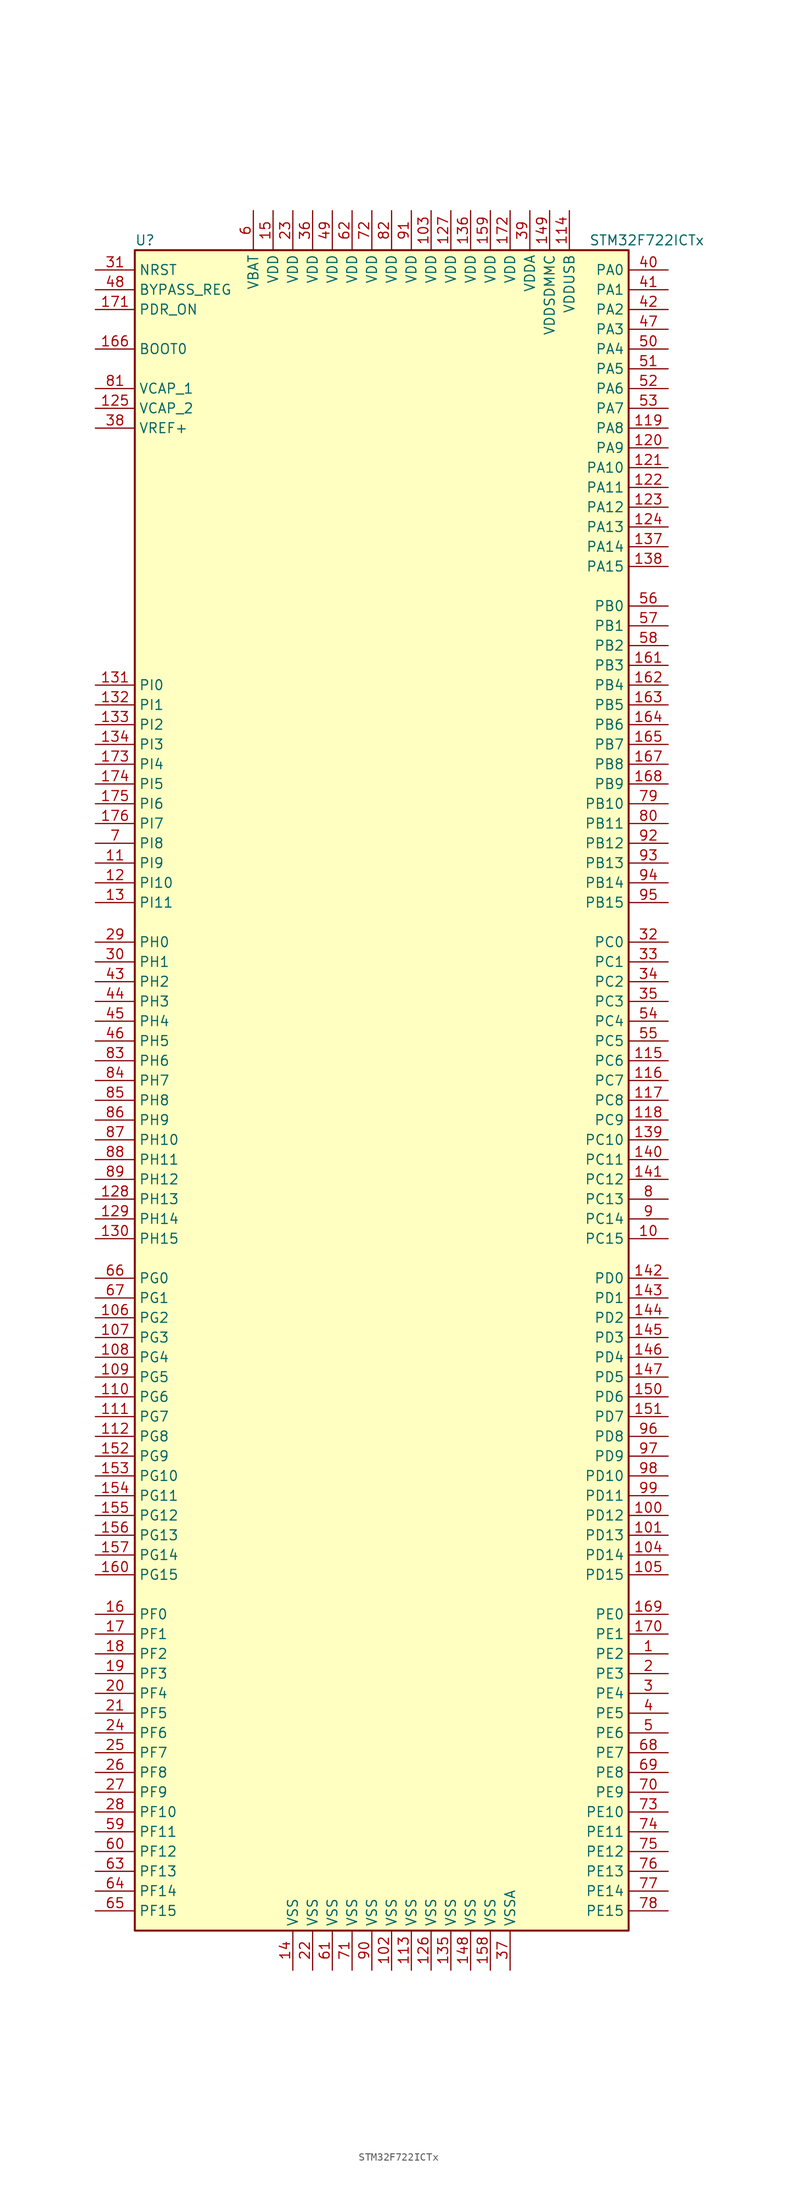
<source format=kicad_sym>
(kicad_symbol_lib
  (version 20201005)
  (generator kicad_symbol_editor)
  (symbol "MCU_ST_STM32F7:STM32F722ICTx"
    (property "Reference" "U"
      (at -33.02 107.95 0)
      (effects (font (size 1.27 1.27)) (justify left)))
    (property "Value" "STM32F722ICTx"
      (at 25.4 107.95 0)
      (effects (font (size 1.27 1.27)) (justify left)))
    (symbol "STM32F722ICTx_0_1"
      (rectangle (start -33.02 -109.22) (end 30.48 106.68) (stroke (width 0.254)) (fill (type background))))
    (symbol "STM32F722ICTx_1_1"
      (pin input line (at -38.1 93.98 0) (length 5.08) (name "BOOT0" (effects (font (size 1.27 1.27)))) (number "166" (effects (font (size 1.27 1.27)))))
      (pin input line (at -38.1 101.6 0) (length 5.08) (name "BYPASS_REG" (effects (font (size 1.27 1.27)))) (number "48" (effects (font (size 1.27 1.27)))))
      (pin input line (at -38.1 104.14 0) (length 5.08) (name "NRST" (effects (font (size 1.27 1.27)))) (number "31" (effects (font (size 1.27 1.27)))))
      (pin bidirectional line (at 35.56 104.14 180) (length 5.08) (name "PA0" (effects (font (size 1.27 1.27)))) (number "40" (effects (font (size 1.27 1.27)))))
      (pin bidirectional line (at 35.56 101.6 180) (length 5.08) (name "PA1" (effects (font (size 1.27 1.27)))) (number "41" (effects (font (size 1.27 1.27)))))
      (pin bidirectional line (at 35.56 78.74 180) (length 5.08) (name "PA10" (effects (font (size 1.27 1.27)))) (number "121" (effects (font (size 1.27 1.27)))))
      (pin bidirectional line (at 35.56 76.2 180) (length 5.08) (name "PA11" (effects (font (size 1.27 1.27)))) (number "122" (effects (font (size 1.27 1.27)))))
      (pin bidirectional line (at 35.56 73.66 180) (length 5.08) (name "PA12" (effects (font (size 1.27 1.27)))) (number "123" (effects (font (size 1.27 1.27)))))
      (pin bidirectional line (at 35.56 71.12 180) (length 5.08) (name "PA13" (effects (font (size 1.27 1.27)))) (number "124" (effects (font (size 1.27 1.27)))))
      (pin bidirectional line (at 35.56 68.58 180) (length 5.08) (name "PA14" (effects (font (size 1.27 1.27)))) (number "137" (effects (font (size 1.27 1.27)))))
      (pin bidirectional line (at 35.56 66.04 180) (length 5.08) (name "PA15" (effects (font (size 1.27 1.27)))) (number "138" (effects (font (size 1.27 1.27)))))
      (pin bidirectional line (at 35.56 99.06 180) (length 5.08) (name "PA2" (effects (font (size 1.27 1.27)))) (number "42" (effects (font (size 1.27 1.27)))))
      (pin bidirectional line (at 35.56 96.52 180) (length 5.08) (name "PA3" (effects (font (size 1.27 1.27)))) (number "47" (effects (font (size 1.27 1.27)))))
      (pin bidirectional line (at 35.56 93.98 180) (length 5.08) (name "PA4" (effects (font (size 1.27 1.27)))) (number "50" (effects (font (size 1.27 1.27)))))
      (pin bidirectional line (at 35.56 91.44 180) (length 5.08) (name "PA5" (effects (font (size 1.27 1.27)))) (number "51" (effects (font (size 1.27 1.27)))))
      (pin bidirectional line (at 35.56 88.9 180) (length 5.08) (name "PA6" (effects (font (size 1.27 1.27)))) (number "52" (effects (font (size 1.27 1.27)))))
      (pin bidirectional line (at 35.56 86.36 180) (length 5.08) (name "PA7" (effects (font (size 1.27 1.27)))) (number "53" (effects (font (size 1.27 1.27)))))
      (pin bidirectional line (at 35.56 83.82 180) (length 5.08) (name "PA8" (effects (font (size 1.27 1.27)))) (number "119" (effects (font (size 1.27 1.27)))))
      (pin bidirectional line (at 35.56 81.28 180) (length 5.08) (name "PA9" (effects (font (size 1.27 1.27)))) (number "120" (effects (font (size 1.27 1.27)))))
      (pin bidirectional line (at 35.56 60.96 180) (length 5.08) (name "PB0" (effects (font (size 1.27 1.27)))) (number "56" (effects (font (size 1.27 1.27)))))
      (pin bidirectional line (at 35.56 58.42 180) (length 5.08) (name "PB1" (effects (font (size 1.27 1.27)))) (number "57" (effects (font (size 1.27 1.27)))))
      (pin bidirectional line (at 35.56 35.56 180) (length 5.08) (name "PB10" (effects (font (size 1.27 1.27)))) (number "79" (effects (font (size 1.27 1.27)))))
      (pin bidirectional line (at 35.56 33.02 180) (length 5.08) (name "PB11" (effects (font (size 1.27 1.27)))) (number "80" (effects (font (size 1.27 1.27)))))
      (pin bidirectional line (at 35.56 30.48 180) (length 5.08) (name "PB12" (effects (font (size 1.27 1.27)))) (number "92" (effects (font (size 1.27 1.27)))))
      (pin bidirectional line (at 35.56 27.94 180) (length 5.08) (name "PB13" (effects (font (size 1.27 1.27)))) (number "93" (effects (font (size 1.27 1.27)))))
      (pin bidirectional line (at 35.56 25.4 180) (length 5.08) (name "PB14" (effects (font (size 1.27 1.27)))) (number "94" (effects (font (size 1.27 1.27)))))
      (pin bidirectional line (at 35.56 22.86 180) (length 5.08) (name "PB15" (effects (font (size 1.27 1.27)))) (number "95" (effects (font (size 1.27 1.27)))))
      (pin bidirectional line (at 35.56 55.88 180) (length 5.08) (name "PB2" (effects (font (size 1.27 1.27)))) (number "58" (effects (font (size 1.27 1.27)))))
      (pin bidirectional line (at 35.56 53.34 180) (length 5.08) (name "PB3" (effects (font (size 1.27 1.27)))) (number "161" (effects (font (size 1.27 1.27)))))
      (pin bidirectional line (at 35.56 50.8 180) (length 5.08) (name "PB4" (effects (font (size 1.27 1.27)))) (number "162" (effects (font (size 1.27 1.27)))))
      (pin bidirectional line (at 35.56 48.26 180) (length 5.08) (name "PB5" (effects (font (size 1.27 1.27)))) (number "163" (effects (font (size 1.27 1.27)))))
      (pin bidirectional line (at 35.56 45.72 180) (length 5.08) (name "PB6" (effects (font (size 1.27 1.27)))) (number "164" (effects (font (size 1.27 1.27)))))
      (pin bidirectional line (at 35.56 43.18 180) (length 5.08) (name "PB7" (effects (font (size 1.27 1.27)))) (number "165" (effects (font (size 1.27 1.27)))))
      (pin bidirectional line (at 35.56 40.64 180) (length 5.08) (name "PB8" (effects (font (size 1.27 1.27)))) (number "167" (effects (font (size 1.27 1.27)))))
      (pin bidirectional line (at 35.56 38.1 180) (length 5.08) (name "PB9" (effects (font (size 1.27 1.27)))) (number "168" (effects (font (size 1.27 1.27)))))
      (pin bidirectional line (at 35.56 17.78 180) (length 5.08) (name "PC0" (effects (font (size 1.27 1.27)))) (number "32" (effects (font (size 1.27 1.27)))))
      (pin bidirectional line (at 35.56 15.24 180) (length 5.08) (name "PC1" (effects (font (size 1.27 1.27)))) (number "33" (effects (font (size 1.27 1.27)))))
      (pin bidirectional line (at 35.56 -7.62 180) (length 5.08) (name "PC10" (effects (font (size 1.27 1.27)))) (number "139" (effects (font (size 1.27 1.27)))))
      (pin bidirectional line (at 35.56 -10.16 180) (length 5.08) (name "PC11" (effects (font (size 1.27 1.27)))) (number "140" (effects (font (size 1.27 1.27)))))
      (pin bidirectional line (at 35.56 -12.7 180) (length 5.08) (name "PC12" (effects (font (size 1.27 1.27)))) (number "141" (effects (font (size 1.27 1.27)))))
      (pin bidirectional line (at 35.56 -15.24 180) (length 5.08) (name "PC13" (effects (font (size 1.27 1.27)))) (number "8" (effects (font (size 1.27 1.27)))))
      (pin bidirectional line (at 35.56 -17.78 180) (length 5.08) (name "PC14" (effects (font (size 1.27 1.27)))) (number "9" (effects (font (size 1.27 1.27)))))
      (pin bidirectional line (at 35.56 -20.32 180) (length 5.08) (name "PC15" (effects (font (size 1.27 1.27)))) (number "10" (effects (font (size 1.27 1.27)))))
      (pin bidirectional line (at 35.56 12.7 180) (length 5.08) (name "PC2" (effects (font (size 1.27 1.27)))) (number "34" (effects (font (size 1.27 1.27)))))
      (pin bidirectional line (at 35.56 10.16 180) (length 5.08) (name "PC3" (effects (font (size 1.27 1.27)))) (number "35" (effects (font (size 1.27 1.27)))))
      (pin bidirectional line (at 35.56 7.62 180) (length 5.08) (name "PC4" (effects (font (size 1.27 1.27)))) (number "54" (effects (font (size 1.27 1.27)))))
      (pin bidirectional line (at 35.56 5.08 180) (length 5.08) (name "PC5" (effects (font (size 1.27 1.27)))) (number "55" (effects (font (size 1.27 1.27)))))
      (pin bidirectional line (at 35.56 2.54 180) (length 5.08) (name "PC6" (effects (font (size 1.27 1.27)))) (number "115" (effects (font (size 1.27 1.27)))))
      (pin bidirectional line (at 35.56 0 180) (length 5.08) (name "PC7" (effects (font (size 1.27 1.27)))) (number "116" (effects (font (size 1.27 1.27)))))
      (pin bidirectional line (at 35.56 -2.54 180) (length 5.08) (name "PC8" (effects (font (size 1.27 1.27)))) (number "117" (effects (font (size 1.27 1.27)))))
      (pin bidirectional line (at 35.56 -5.08 180) (length 5.08) (name "PC9" (effects (font (size 1.27 1.27)))) (number "118" (effects (font (size 1.27 1.27)))))
      (pin bidirectional line (at 35.56 -25.4 180) (length 5.08) (name "PD0" (effects (font (size 1.27 1.27)))) (number "142" (effects (font (size 1.27 1.27)))))
      (pin bidirectional line (at 35.56 -27.94 180) (length 5.08) (name "PD1" (effects (font (size 1.27 1.27)))) (number "143" (effects (font (size 1.27 1.27)))))
      (pin bidirectional line (at 35.56 -50.8 180) (length 5.08) (name "PD10" (effects (font (size 1.27 1.27)))) (number "98" (effects (font (size 1.27 1.27)))))
      (pin bidirectional line (at 35.56 -53.34 180) (length 5.08) (name "PD11" (effects (font (size 1.27 1.27)))) (number "99" (effects (font (size 1.27 1.27)))))
      (pin bidirectional line (at 35.56 -55.88 180) (length 5.08) (name "PD12" (effects (font (size 1.27 1.27)))) (number "100" (effects (font (size 1.27 1.27)))))
      (pin bidirectional line (at 35.56 -58.42 180) (length 5.08) (name "PD13" (effects (font (size 1.27 1.27)))) (number "101" (effects (font (size 1.27 1.27)))))
      (pin bidirectional line (at 35.56 -60.96 180) (length 5.08) (name "PD14" (effects (font (size 1.27 1.27)))) (number "104" (effects (font (size 1.27 1.27)))))
      (pin bidirectional line (at 35.56 -63.5 180) (length 5.08) (name "PD15" (effects (font (size 1.27 1.27)))) (number "105" (effects (font (size 1.27 1.27)))))
      (pin bidirectional line (at 35.56 -30.48 180) (length 5.08) (name "PD2" (effects (font (size 1.27 1.27)))) (number "144" (effects (font (size 1.27 1.27)))))
      (pin bidirectional line (at 35.56 -33.02 180) (length 5.08) (name "PD3" (effects (font (size 1.27 1.27)))) (number "145" (effects (font (size 1.27 1.27)))))
      (pin bidirectional line (at 35.56 -35.56 180) (length 5.08) (name "PD4" (effects (font (size 1.27 1.27)))) (number "146" (effects (font (size 1.27 1.27)))))
      (pin bidirectional line (at 35.56 -38.1 180) (length 5.08) (name "PD5" (effects (font (size 1.27 1.27)))) (number "147" (effects (font (size 1.27 1.27)))))
      (pin bidirectional line (at 35.56 -40.64 180) (length 5.08) (name "PD6" (effects (font (size 1.27 1.27)))) (number "150" (effects (font (size 1.27 1.27)))))
      (pin bidirectional line (at 35.56 -43.18 180) (length 5.08) (name "PD7" (effects (font (size 1.27 1.27)))) (number "151" (effects (font (size 1.27 1.27)))))
      (pin bidirectional line (at 35.56 -45.72 180) (length 5.08) (name "PD8" (effects (font (size 1.27 1.27)))) (number "96" (effects (font (size 1.27 1.27)))))
      (pin bidirectional line (at 35.56 -48.26 180) (length 5.08) (name "PD9" (effects (font (size 1.27 1.27)))) (number "97" (effects (font (size 1.27 1.27)))))
      (pin input line (at -38.1 99.06 0) (length 5.08) (name "PDR_ON" (effects (font (size 1.27 1.27)))) (number "171" (effects (font (size 1.27 1.27)))))
      (pin bidirectional line (at 35.56 -68.58 180) (length 5.08) (name "PE0" (effects (font (size 1.27 1.27)))) (number "169" (effects (font (size 1.27 1.27)))))
      (pin bidirectional line (at 35.56 -71.12 180) (length 5.08) (name "PE1" (effects (font (size 1.27 1.27)))) (number "170" (effects (font (size 1.27 1.27)))))
      (pin bidirectional line (at 35.56 -93.98 180) (length 5.08) (name "PE10" (effects (font (size 1.27 1.27)))) (number "73" (effects (font (size 1.27 1.27)))))
      (pin bidirectional line (at 35.56 -96.52 180) (length 5.08) (name "PE11" (effects (font (size 1.27 1.27)))) (number "74" (effects (font (size 1.27 1.27)))))
      (pin bidirectional line (at 35.56 -99.06 180) (length 5.08) (name "PE12" (effects (font (size 1.27 1.27)))) (number "75" (effects (font (size 1.27 1.27)))))
      (pin bidirectional line (at 35.56 -101.6 180) (length 5.08) (name "PE13" (effects (font (size 1.27 1.27)))) (number "76" (effects (font (size 1.27 1.27)))))
      (pin bidirectional line (at 35.56 -104.14 180) (length 5.08) (name "PE14" (effects (font (size 1.27 1.27)))) (number "77" (effects (font (size 1.27 1.27)))))
      (pin bidirectional line (at 35.56 -106.68 180) (length 5.08) (name "PE15" (effects (font (size 1.27 1.27)))) (number "78" (effects (font (size 1.27 1.27)))))
      (pin bidirectional line (at 35.56 -73.66 180) (length 5.08) (name "PE2" (effects (font (size 1.27 1.27)))) (number "1" (effects (font (size 1.27 1.27)))))
      (pin bidirectional line (at 35.56 -76.2 180) (length 5.08) (name "PE3" (effects (font (size 1.27 1.27)))) (number "2" (effects (font (size 1.27 1.27)))))
      (pin bidirectional line (at 35.56 -78.74 180) (length 5.08) (name "PE4" (effects (font (size 1.27 1.27)))) (number "3" (effects (font (size 1.27 1.27)))))
      (pin bidirectional line (at 35.56 -81.28 180) (length 5.08) (name "PE5" (effects (font (size 1.27 1.27)))) (number "4" (effects (font (size 1.27 1.27)))))
      (pin bidirectional line (at 35.56 -83.82 180) (length 5.08) (name "PE6" (effects (font (size 1.27 1.27)))) (number "5" (effects (font (size 1.27 1.27)))))
      (pin bidirectional line (at 35.56 -86.36 180) (length 5.08) (name "PE7" (effects (font (size 1.27 1.27)))) (number "68" (effects (font (size 1.27 1.27)))))
      (pin bidirectional line (at 35.56 -88.9 180) (length 5.08) (name "PE8" (effects (font (size 1.27 1.27)))) (number "69" (effects (font (size 1.27 1.27)))))
      (pin bidirectional line (at 35.56 -91.44 180) (length 5.08) (name "PE9" (effects (font (size 1.27 1.27)))) (number "70" (effects (font (size 1.27 1.27)))))
      (pin bidirectional line (at -38.1 -68.58 0) (length 5.08) (name "PF0" (effects (font (size 1.27 1.27)))) (number "16" (effects (font (size 1.27 1.27)))))
      (pin bidirectional line (at -38.1 -71.12 0) (length 5.08) (name "PF1" (effects (font (size 1.27 1.27)))) (number "17" (effects (font (size 1.27 1.27)))))
      (pin bidirectional line (at -38.1 -93.98 0) (length 5.08) (name "PF10" (effects (font (size 1.27 1.27)))) (number "28" (effects (font (size 1.27 1.27)))))
      (pin bidirectional line (at -38.1 -96.52 0) (length 5.08) (name "PF11" (effects (font (size 1.27 1.27)))) (number "59" (effects (font (size 1.27 1.27)))))
      (pin bidirectional line (at -38.1 -99.06 0) (length 5.08) (name "PF12" (effects (font (size 1.27 1.27)))) (number "60" (effects (font (size 1.27 1.27)))))
      (pin bidirectional line (at -38.1 -101.6 0) (length 5.08) (name "PF13" (effects (font (size 1.27 1.27)))) (number "63" (effects (font (size 1.27 1.27)))))
      (pin bidirectional line (at -38.1 -104.14 0) (length 5.08) (name "PF14" (effects (font (size 1.27 1.27)))) (number "64" (effects (font (size 1.27 1.27)))))
      (pin bidirectional line (at -38.1 -106.68 0) (length 5.08) (name "PF15" (effects (font (size 1.27 1.27)))) (number "65" (effects (font (size 1.27 1.27)))))
      (pin bidirectional line (at -38.1 -73.66 0) (length 5.08) (name "PF2" (effects (font (size 1.27 1.27)))) (number "18" (effects (font (size 1.27 1.27)))))
      (pin bidirectional line (at -38.1 -76.2 0) (length 5.08) (name "PF3" (effects (font (size 1.27 1.27)))) (number "19" (effects (font (size 1.27 1.27)))))
      (pin bidirectional line (at -38.1 -78.74 0) (length 5.08) (name "PF4" (effects (font (size 1.27 1.27)))) (number "20" (effects (font (size 1.27 1.27)))))
      (pin bidirectional line (at -38.1 -81.28 0) (length 5.08) (name "PF5" (effects (font (size 1.27 1.27)))) (number "21" (effects (font (size 1.27 1.27)))))
      (pin bidirectional line (at -38.1 -83.82 0) (length 5.08) (name "PF6" (effects (font (size 1.27 1.27)))) (number "24" (effects (font (size 1.27 1.27)))))
      (pin bidirectional line (at -38.1 -86.36 0) (length 5.08) (name "PF7" (effects (font (size 1.27 1.27)))) (number "25" (effects (font (size 1.27 1.27)))))
      (pin bidirectional line (at -38.1 -88.9 0) (length 5.08) (name "PF8" (effects (font (size 1.27 1.27)))) (number "26" (effects (font (size 1.27 1.27)))))
      (pin bidirectional line (at -38.1 -91.44 0) (length 5.08) (name "PF9" (effects (font (size 1.27 1.27)))) (number "27" (effects (font (size 1.27 1.27)))))
      (pin bidirectional line (at -38.1 -25.4 0) (length 5.08) (name "PG0" (effects (font (size 1.27 1.27)))) (number "66" (effects (font (size 1.27 1.27)))))
      (pin bidirectional line (at -38.1 -27.94 0) (length 5.08) (name "PG1" (effects (font (size 1.27 1.27)))) (number "67" (effects (font (size 1.27 1.27)))))
      (pin bidirectional line (at -38.1 -50.8 0) (length 5.08) (name "PG10" (effects (font (size 1.27 1.27)))) (number "153" (effects (font (size 1.27 1.27)))))
      (pin bidirectional line (at -38.1 -53.34 0) (length 5.08) (name "PG11" (effects (font (size 1.27 1.27)))) (number "154" (effects (font (size 1.27 1.27)))))
      (pin bidirectional line (at -38.1 -55.88 0) (length 5.08) (name "PG12" (effects (font (size 1.27 1.27)))) (number "155" (effects (font (size 1.27 1.27)))))
      (pin bidirectional line (at -38.1 -58.42 0) (length 5.08) (name "PG13" (effects (font (size 1.27 1.27)))) (number "156" (effects (font (size 1.27 1.27)))))
      (pin bidirectional line (at -38.1 -60.96 0) (length 5.08) (name "PG14" (effects (font (size 1.27 1.27)))) (number "157" (effects (font (size 1.27 1.27)))))
      (pin bidirectional line (at -38.1 -63.5 0) (length 5.08) (name "PG15" (effects (font (size 1.27 1.27)))) (number "160" (effects (font (size 1.27 1.27)))))
      (pin bidirectional line (at -38.1 -30.48 0) (length 5.08) (name "PG2" (effects (font (size 1.27 1.27)))) (number "106" (effects (font (size 1.27 1.27)))))
      (pin bidirectional line (at -38.1 -33.02 0) (length 5.08) (name "PG3" (effects (font (size 1.27 1.27)))) (number "107" (effects (font (size 1.27 1.27)))))
      (pin bidirectional line (at -38.1 -35.56 0) (length 5.08) (name "PG4" (effects (font (size 1.27 1.27)))) (number "108" (effects (font (size 1.27 1.27)))))
      (pin bidirectional line (at -38.1 -38.1 0) (length 5.08) (name "PG5" (effects (font (size 1.27 1.27)))) (number "109" (effects (font (size 1.27 1.27)))))
      (pin bidirectional line (at -38.1 -40.64 0) (length 5.08) (name "PG6" (effects (font (size 1.27 1.27)))) (number "110" (effects (font (size 1.27 1.27)))))
      (pin bidirectional line (at -38.1 -43.18 0) (length 5.08) (name "PG7" (effects (font (size 1.27 1.27)))) (number "111" (effects (font (size 1.27 1.27)))))
      (pin bidirectional line (at -38.1 -45.72 0) (length 5.08) (name "PG8" (effects (font (size 1.27 1.27)))) (number "112" (effects (font (size 1.27 1.27)))))
      (pin bidirectional line (at -38.1 -48.26 0) (length 5.08) (name "PG9" (effects (font (size 1.27 1.27)))) (number "152" (effects (font (size 1.27 1.27)))))
      (pin input line (at -38.1 17.78 0) (length 5.08) (name "PH0" (effects (font (size 1.27 1.27)))) (number "29" (effects (font (size 1.27 1.27)))))
      (pin input line (at -38.1 15.24 0) (length 5.08) (name "PH1" (effects (font (size 1.27 1.27)))) (number "30" (effects (font (size 1.27 1.27)))))
      (pin bidirectional line (at -38.1 -7.62 0) (length 5.08) (name "PH10" (effects (font (size 1.27 1.27)))) (number "87" (effects (font (size 1.27 1.27)))))
      (pin bidirectional line (at -38.1 -10.16 0) (length 5.08) (name "PH11" (effects (font (size 1.27 1.27)))) (number "88" (effects (font (size 1.27 1.27)))))
      (pin bidirectional line (at -38.1 -12.7 0) (length 5.08) (name "PH12" (effects (font (size 1.27 1.27)))) (number "89" (effects (font (size 1.27 1.27)))))
      (pin bidirectional line (at -38.1 -15.24 0) (length 5.08) (name "PH13" (effects (font (size 1.27 1.27)))) (number "128" (effects (font (size 1.27 1.27)))))
      (pin bidirectional line (at -38.1 -17.78 0) (length 5.08) (name "PH14" (effects (font (size 1.27 1.27)))) (number "129" (effects (font (size 1.27 1.27)))))
      (pin bidirectional line (at -38.1 -20.32 0) (length 5.08) (name "PH15" (effects (font (size 1.27 1.27)))) (number "130" (effects (font (size 1.27 1.27)))))
      (pin bidirectional line (at -38.1 12.7 0) (length 5.08) (name "PH2" (effects (font (size 1.27 1.27)))) (number "43" (effects (font (size 1.27 1.27)))))
      (pin bidirectional line (at -38.1 10.16 0) (length 5.08) (name "PH3" (effects (font (size 1.27 1.27)))) (number "44" (effects (font (size 1.27 1.27)))))
      (pin bidirectional line (at -38.1 7.62 0) (length 5.08) (name "PH4" (effects (font (size 1.27 1.27)))) (number "45" (effects (font (size 1.27 1.27)))))
      (pin bidirectional line (at -38.1 5.08 0) (length 5.08) (name "PH5" (effects (font (size 1.27 1.27)))) (number "46" (effects (font (size 1.27 1.27)))))
      (pin bidirectional line (at -38.1 2.54 0) (length 5.08) (name "PH6" (effects (font (size 1.27 1.27)))) (number "83" (effects (font (size 1.27 1.27)))))
      (pin bidirectional line (at -38.1 0 0) (length 5.08) (name "PH7" (effects (font (size 1.27 1.27)))) (number "84" (effects (font (size 1.27 1.27)))))
      (pin bidirectional line (at -38.1 -2.54 0) (length 5.08) (name "PH8" (effects (font (size 1.27 1.27)))) (number "85" (effects (font (size 1.27 1.27)))))
      (pin bidirectional line (at -38.1 -5.08 0) (length 5.08) (name "PH9" (effects (font (size 1.27 1.27)))) (number "86" (effects (font (size 1.27 1.27)))))
      (pin bidirectional line (at -38.1 50.8 0) (length 5.08) (name "PI0" (effects (font (size 1.27 1.27)))) (number "131" (effects (font (size 1.27 1.27)))))
      (pin bidirectional line (at -38.1 48.26 0) (length 5.08) (name "PI1" (effects (font (size 1.27 1.27)))) (number "132" (effects (font (size 1.27 1.27)))))
      (pin bidirectional line (at -38.1 25.4 0) (length 5.08) (name "PI10" (effects (font (size 1.27 1.27)))) (number "12" (effects (font (size 1.27 1.27)))))
      (pin bidirectional line (at -38.1 22.86 0) (length 5.08) (name "PI11" (effects (font (size 1.27 1.27)))) (number "13" (effects (font (size 1.27 1.27)))))
      (pin bidirectional line (at -38.1 45.72 0) (length 5.08) (name "PI2" (effects (font (size 1.27 1.27)))) (number "133" (effects (font (size 1.27 1.27)))))
      (pin bidirectional line (at -38.1 43.18 0) (length 5.08) (name "PI3" (effects (font (size 1.27 1.27)))) (number "134" (effects (font (size 1.27 1.27)))))
      (pin bidirectional line (at -38.1 40.64 0) (length 5.08) (name "PI4" (effects (font (size 1.27 1.27)))) (number "173" (effects (font (size 1.27 1.27)))))
      (pin bidirectional line (at -38.1 38.1 0) (length 5.08) (name "PI5" (effects (font (size 1.27 1.27)))) (number "174" (effects (font (size 1.27 1.27)))))
      (pin bidirectional line (at -38.1 35.56 0) (length 5.08) (name "PI6" (effects (font (size 1.27 1.27)))) (number "175" (effects (font (size 1.27 1.27)))))
      (pin bidirectional line (at -38.1 33.02 0) (length 5.08) (name "PI7" (effects (font (size 1.27 1.27)))) (number "176" (effects (font (size 1.27 1.27)))))
      (pin bidirectional line (at -38.1 30.48 0) (length 5.08) (name "PI8" (effects (font (size 1.27 1.27)))) (number "7" (effects (font (size 1.27 1.27)))))
      (pin bidirectional line (at -38.1 27.94 0) (length 5.08) (name "PI9" (effects (font (size 1.27 1.27)))) (number "11" (effects (font (size 1.27 1.27)))))
      (pin power_in line (at -17.78 111.76 270) (length 5.08) (name "VBAT" (effects (font (size 1.27 1.27)))) (number "6" (effects (font (size 1.27 1.27)))))
      (pin power_in line (at -38.1 88.9 0) (length 5.08) (name "VCAP_1" (effects (font (size 1.27 1.27)))) (number "81" (effects (font (size 1.27 1.27)))))
      (pin power_in line (at -38.1 86.36 0) (length 5.08) (name "VCAP_2" (effects (font (size 1.27 1.27)))) (number "125" (effects (font (size 1.27 1.27)))))
      (pin power_in line (at 5.08 111.76 270) (length 5.08) (name "VDD" (effects (font (size 1.27 1.27)))) (number "103" (effects (font (size 1.27 1.27)))))
      (pin power_in line (at 7.62 111.76 270) (length 5.08) (name "VDD" (effects (font (size 1.27 1.27)))) (number "127" (effects (font (size 1.27 1.27)))))
      (pin power_in line (at 10.16 111.76 270) (length 5.08) (name "VDD" (effects (font (size 1.27 1.27)))) (number "136" (effects (font (size 1.27 1.27)))))
      (pin power_in line (at -15.24 111.76 270) (length 5.08) (name "VDD" (effects (font (size 1.27 1.27)))) (number "15" (effects (font (size 1.27 1.27)))))
      (pin power_in line (at 12.7 111.76 270) (length 5.08) (name "VDD" (effects (font (size 1.27 1.27)))) (number "159" (effects (font (size 1.27 1.27)))))
      (pin power_in line (at 15.24 111.76 270) (length 5.08) (name "VDD" (effects (font (size 1.27 1.27)))) (number "172" (effects (font (size 1.27 1.27)))))
      (pin power_in line (at -12.7 111.76 270) (length 5.08) (name "VDD" (effects (font (size 1.27 1.27)))) (number "23" (effects (font (size 1.27 1.27)))))
      (pin power_in line (at -10.16 111.76 270) (length 5.08) (name "VDD" (effects (font (size 1.27 1.27)))) (number "36" (effects (font (size 1.27 1.27)))))
      (pin power_in line (at -7.62 111.76 270) (length 5.08) (name "VDD" (effects (font (size 1.27 1.27)))) (number "49" (effects (font (size 1.27 1.27)))))
      (pin power_in line (at -5.08 111.76 270) (length 5.08) (name "VDD" (effects (font (size 1.27 1.27)))) (number "62" (effects (font (size 1.27 1.27)))))
      (pin power_in line (at -2.54 111.76 270) (length 5.08) (name "VDD" (effects (font (size 1.27 1.27)))) (number "72" (effects (font (size 1.27 1.27)))))
      (pin power_in line (at 0 111.76 270) (length 5.08) (name "VDD" (effects (font (size 1.27 1.27)))) (number "82" (effects (font (size 1.27 1.27)))))
      (pin power_in line (at 2.54 111.76 270) (length 5.08) (name "VDD" (effects (font (size 1.27 1.27)))) (number "91" (effects (font (size 1.27 1.27)))))
      (pin power_in line (at 17.78 111.76 270) (length 5.08) (name "VDDA" (effects (font (size 1.27 1.27)))) (number "39" (effects (font (size 1.27 1.27)))))
      (pin power_in line (at 20.32 111.76 270) (length 5.08) (name "VDDSDMMC" (effects (font (size 1.27 1.27)))) (number "149" (effects (font (size 1.27 1.27)))))
      (pin power_in line (at 22.86 111.76 270) (length 5.08) (name "VDDUSB" (effects (font (size 1.27 1.27)))) (number "114" (effects (font (size 1.27 1.27)))))
      (pin power_in line (at -38.1 83.82 0) (length 5.08) (name "VREF+" (effects (font (size 1.27 1.27)))) (number "38" (effects (font (size 1.27 1.27)))))
      (pin power_in line (at 0 -114.3 90) (length 5.08) (name "VSS" (effects (font (size 1.27 1.27)))) (number "102" (effects (font (size 1.27 1.27)))))
      (pin power_in line (at 2.54 -114.3 90) (length 5.08) (name "VSS" (effects (font (size 1.27 1.27)))) (number "113" (effects (font (size 1.27 1.27)))))
      (pin power_in line (at 5.08 -114.3 90) (length 5.08) (name "VSS" (effects (font (size 1.27 1.27)))) (number "126" (effects (font (size 1.27 1.27)))))
      (pin power_in line (at 7.62 -114.3 90) (length 5.08) (name "VSS" (effects (font (size 1.27 1.27)))) (number "135" (effects (font (size 1.27 1.27)))))
      (pin power_in line (at -12.7 -114.3 90) (length 5.08) (name "VSS" (effects (font (size 1.27 1.27)))) (number "14" (effects (font (size 1.27 1.27)))))
      (pin power_in line (at 10.16 -114.3 90) (length 5.08) (name "VSS" (effects (font (size 1.27 1.27)))) (number "148" (effects (font (size 1.27 1.27)))))
      (pin power_in line (at 12.7 -114.3 90) (length 5.08) (name "VSS" (effects (font (size 1.27 1.27)))) (number "158" (effects (font (size 1.27 1.27)))))
      (pin power_in line (at -10.16 -114.3 90) (length 5.08) (name "VSS" (effects (font (size 1.27 1.27)))) (number "22" (effects (font (size 1.27 1.27)))))
      (pin power_in line (at -7.62 -114.3 90) (length 5.08) (name "VSS" (effects (font (size 1.27 1.27)))) (number "61" (effects (font (size 1.27 1.27)))))
      (pin power_in line (at -5.08 -114.3 90) (length 5.08) (name "VSS" (effects (font (size 1.27 1.27)))) (number "71" (effects (font (size 1.27 1.27)))))
      (pin power_in line (at -2.54 -114.3 90) (length 5.08) (name "VSS" (effects (font (size 1.27 1.27)))) (number "90" (effects (font (size 1.27 1.27)))))
      (pin power_in line (at 15.24 -114.3 90) (length 5.08) (name "VSSA" (effects (font (size 1.27 1.27)))) (number "37" (effects (font (size 1.27 1.27))))))))
</source>
